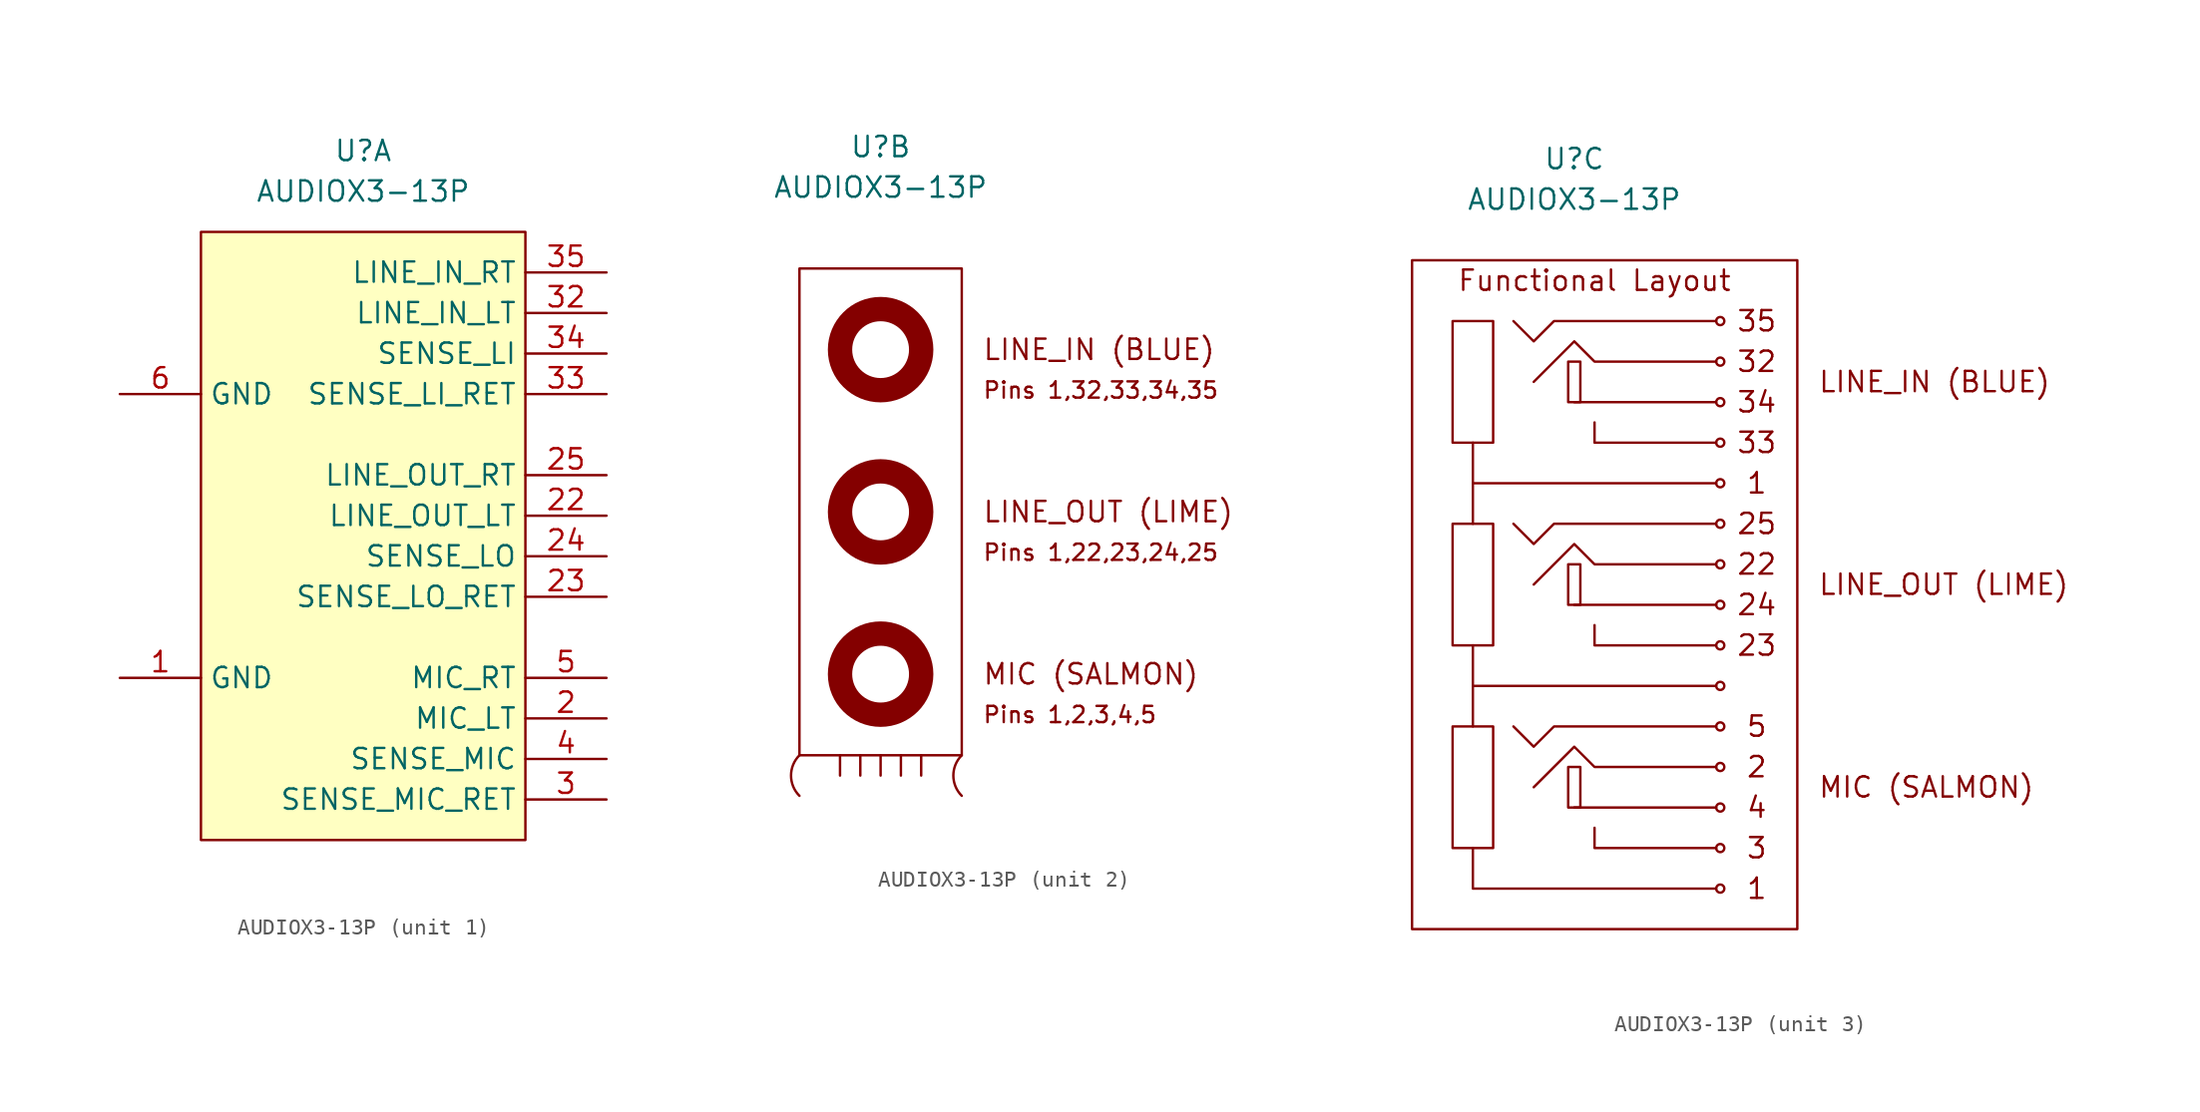
<source format=kicad_sym>
(kicad_symbol_lib
  (version 20211014)
  (generator kicad_symbol_editor)
  (symbol "AUDIOX3-13P"
    (property "Reference" "U"
      (at 0 20.32 0)
      (effects (font (size 1.27 1.27))))
    (property "Value" "AUDIOX3-13P"
      (at 0 17.78 0)
      (effects (font (size 1.27 1.27))))
    (property "ki_locked" ""
      (at 0 0 0)
      (effects (font (size 1.27 1.27))))
    (symbol "AUDIOX3-13P_1_1"
      (rectangle (start -10.16 15.24) (end 10.16 -22.86) (stroke (width 0.152) (type default) (color 0 0 0 0)) (fill (type background)))
      (pin power_in line (at -15.24 -12.7 0) (length 5.08) (name "GND" (effects (font (size 1.27 1.27)))) (number "1" (effects (font (size 1.27 1.27)))))
      (pin output line (at 15.24 -15.24 180) (length 5.08) (name "MIC_LT" (effects (font (size 1.27 1.27)))) (number "2" (effects (font (size 1.27 1.27)))))
      (pin input line (at 15.24 -2.54 180) (length 5.08) (name "LINE_OUT_LT" (effects (font (size 1.27 1.27)))) (number "22" (effects (font (size 1.27 1.27)))))
      (pin output line (at 15.24 -7.62 180) (length 5.08) (name "SENSE_LO_RET" (effects (font (size 1.27 1.27)))) (number "23" (effects (font (size 1.27 1.27)))))
      (pin input line (at 15.24 -5.08 180) (length 5.08) (name "SENSE_LO" (effects (font (size 1.27 1.27)))) (number "24" (effects (font (size 1.27 1.27)))))
      (pin input line (at 15.24 0 180) (length 5.08) (name "LINE_OUT_RT" (effects (font (size 1.27 1.27)))) (number "25" (effects (font (size 1.27 1.27)))))
      (pin output line (at 15.24 -20.32 180) (length 5.08) (name "SENSE_MIC_RET" (effects (font (size 1.27 1.27)))) (number "3" (effects (font (size 1.27 1.27)))))
      (pin bidirectional line (at 15.24 10.16 180) (length 5.08) (name "LINE_IN_LT" (effects (font (size 1.27 1.27)))) (number "32" (effects (font (size 1.27 1.27)))))
      (pin output line (at 15.24 5.08 180) (length 5.08) (name "SENSE_LI_RET" (effects (font (size 1.27 1.27)))) (number "33" (effects (font (size 1.27 1.27)))))
      (pin input line (at 15.24 7.62 180) (length 5.08) (name "SENSE_LI" (effects (font (size 1.27 1.27)))) (number "34" (effects (font (size 1.27 1.27)))))
      (pin bidirectional line (at 15.24 12.7 180) (length 5.08) (name "LINE_IN_RT" (effects (font (size 1.27 1.27)))) (number "35" (effects (font (size 1.27 1.27)))))
      (pin input line (at 15.24 -17.78 180) (length 5.08) (name "SENSE_MIC" (effects (font (size 1.27 1.27)))) (number "4" (effects (font (size 1.27 1.27)))))
      (pin output line (at 15.24 -12.7 180) (length 5.08) (name "MIC_RT" (effects (font (size 1.27 1.27)))) (number "5" (effects (font (size 1.27 1.27)))))
      (pin power_in line (at -15.24 5.08 0) (length 5.08) (name "GND" (effects (font (size 1.27 1.27)))) (number "6" (effects (font (size 1.27 1.27))))))
    (symbol "AUDIOX3-13P_2_0"
      (arc (start -5.08 -17.78) (mid -5.606 -19.05) (end -5.08 -20.32) (stroke (width 0.1524) (type default) (color 0 0 0 0)) (fill (type none)))
      (circle (center 0 -12.7) (radius 2.54) (stroke (width 1.524) (type default) (color 0 0 0 0)) (fill (type none)))
      (circle (center 0 -2.54) (radius 2.54) (stroke (width 1.524) (type default) (color 0 0 0 0)) (fill (type none)))
      (polyline (pts (xy -2.54 -17.78) (xy -2.54 -19.05)) (stroke (width 0.152) (type default) (color 0 0 0 0)) (fill (type none)))
      (polyline (pts (xy -1.27 -17.78) (xy -1.27 -19.05)) (stroke (width 0.152) (type default) (color 0 0 0 0)) (fill (type none)))
      (polyline (pts (xy 0 -17.78) (xy 0 -19.05)) (stroke (width 0.152) (type default) (color 0 0 0 0)) (fill (type none)))
      (polyline (pts (xy 1.27 -17.78) (xy 1.27 -19.05)) (stroke (width 0.152) (type default) (color 0 0 0 0)) (fill (type none)))
      (polyline (pts (xy 2.54 -17.78) (xy 2.54 -19.05)) (stroke (width 0.152) (type default) (color 0 0 0 0)) (fill (type none)))
      (circle (center 0 7.62) (radius 2.54) (stroke (width 1.524) (type default) (color 0 0 0 0)) (fill (type none)))
      (arc (start 5.08 -17.78) (mid 2.0138 -19.05) (end 5.08 -20.32) (stroke (width 0.1524) (type default) (color 0 0 0 0)) (fill (type none))))
    (symbol "AUDIOX3-13P_2_1"
      (rectangle (start -5.08 12.7) (end 5.08 -17.78) (stroke (width 0.152) (type default) (color 0 0 0 0)) (fill (type none)))
      (text "LINE_IN (BLUE)" (at 6.35 7.62 0) (effects (font (size 1.27 1.27)) (justify left)))
      (text "LINE_OUT (LIME)" (at 6.35 -2.54 0) (effects (font (size 1.27 1.27)) (justify left)))
      (text "MIC (SALMON)" (at 6.35 -12.7 0) (effects (font (size 1.27 1.27)) (justify left)))
      (text "Pins 1,2,3,4,5" (at 6.35 -15.24 0) (effects (font (size 1.016 1.016)) (justify left)))
      (text "Pins 1,22,23,24,25" (at 6.35 -5.08 0) (effects (font (size 1.016 1.016)) (justify left)))
      (text "Pins 1,32,33,34,35" (at 6.35 5.08 0) (effects (font (size 1.016 1.016)) (justify left))))
    (symbol "AUDIOX3-13P_3_0"
      (rectangle (start -7.62 -15.24) (end -5.08 -22.86) (stroke (width 0.152) (type default) (color 0 0 0 0)) (fill (type none)))
      (rectangle (start -7.62 -2.54) (end -5.08 -10.16) (stroke (width 0.152) (type default) (color 0 0 0 0)) (fill (type none)))
      (rectangle (start -7.62 10.16) (end -5.08 2.54) (stroke (width 0.152) (type default) (color 0 0 0 0)) (fill (type none)))
      (polyline (pts (xy -6.35 -12.7) (xy -6.35 -15.24)) (stroke (width 0.152) (type default) (color 0 0 0 0)) (fill (type none)))
      (polyline (pts (xy -6.35 0) (xy -6.35 -2.54)) (stroke (width 0.152) (type default) (color 0 0 0 0)) (fill (type none)))
      (polyline (pts (xy 0 -20.32) (xy 8.89 -20.32)) (stroke (width 0.152) (type default) (color 0 0 0 0)) (fill (type none)))
      (polyline (pts (xy 0 -7.62) (xy 8.89 -7.62)) (stroke (width 0.152) (type default) (color 0 0 0 0)) (fill (type none)))
      (polyline (pts (xy 0 5.08) (xy 8.89 5.08)) (stroke (width 0.152) (type default) (color 0 0 0 0)) (fill (type none)))
      (polyline (pts (xy -6.35 -22.86) (xy -6.35 -25.4) (xy 8.89 -25.4)) (stroke (width 0.152) (type default) (color 0 0 0 0)) (fill (type none)))
      (polyline (pts (xy -6.35 -10.16) (xy -6.35 -12.7) (xy 8.89 -12.7)) (stroke (width 0.152) (type default) (color 0 0 0 0)) (fill (type none)))
      (polyline (pts (xy -6.35 2.54) (xy -6.35 0) (xy 8.89 0)) (stroke (width 0.152) (type default) (color 0 0 0 0)) (fill (type none)))
      (polyline (pts (xy 1.27 -21.59) (xy 1.27 -22.86) (xy 8.89 -22.86)) (stroke (width 0.152) (type default) (color 0 0 0 0)) (fill (type none)))
      (polyline (pts (xy 1.27 -8.89) (xy 1.27 -10.16) (xy 8.89 -10.16)) (stroke (width 0.152) (type default) (color 0 0 0 0)) (fill (type none)))
      (polyline (pts (xy 1.27 3.81) (xy 1.27 2.54) (xy 8.89 2.54)) (stroke (width 0.152) (type default) (color 0 0 0 0)) (fill (type none)))
      (polyline (pts (xy -2.54 -19.05) (xy 0 -16.51) (xy 1.27 -17.78) (xy 8.89 -17.78)) (stroke (width 0.152) (type default) (color 0 0 0 0)) (fill (type none)))
      (polyline (pts (xy -2.54 -6.35) (xy 0 -3.81) (xy 1.27 -5.08) (xy 8.89 -5.08)) (stroke (width 0.152) (type default) (color 0 0 0 0)) (fill (type none)))
      (polyline (pts (xy -2.54 6.35) (xy 0 8.89) (xy 1.27 7.62) (xy 8.89 7.62)) (stroke (width 0.152) (type default) (color 0 0 0 0)) (fill (type none)))
      (polyline (pts (xy 8.89 -15.24) (xy -1.27 -15.24) (xy -2.54 -16.51) (xy -3.81 -15.24)) (stroke (width 0.152) (type default) (color 0 0 0 0)) (fill (type none)))
      (polyline (pts (xy 8.89 -2.54) (xy -1.27 -2.54) (xy -2.54 -3.81) (xy -3.81 -2.54)) (stroke (width 0.152) (type default) (color 0 0 0 0)) (fill (type none)))
      (polyline (pts (xy 8.89 10.16) (xy -1.27 10.16) (xy -2.54 8.89) (xy -3.81 10.16)) (stroke (width 0.152) (type default) (color 0 0 0 0)) (fill (type none)))
      (rectangle (start 0.381 -20.32) (end -0.381 -17.78) (stroke (width 0.152) (type default) (color 0 0 0 0)) (fill (type none)))
      (rectangle (start 0.381 -7.62) (end -0.381 -5.08) (stroke (width 0.152) (type default) (color 0 0 0 0)) (fill (type none)))
      (rectangle (start 0.381 5.08) (end -0.381 7.62) (stroke (width 0.152) (type default) (color 0 0 0 0)) (fill (type none)))
      (circle (center 9.144 -25.4) (radius 0.254) (stroke (width 0.152) (type default) (color 0 0 0 0)) (fill (type none)))
      (circle (center 9.144 -22.86) (radius 0.254) (stroke (width 0.152) (type default) (color 0 0 0 0)) (fill (type none)))
      (circle (center 9.144 -20.32) (radius 0.254) (stroke (width 0.152) (type default) (color 0 0 0 0)) (fill (type none)))
      (circle (center 9.144 -17.78) (radius 0.254) (stroke (width 0.152) (type default) (color 0 0 0 0)) (fill (type none)))
      (circle (center 9.144 -15.24) (radius 0.254) (stroke (width 0.152) (type default) (color 0 0 0 0)) (fill (type none)))
      (circle (center 9.144 -12.7) (radius 0.254) (stroke (width 0.152) (type default) (color 0 0 0 0)) (fill (type none)))
      (circle (center 9.144 -10.16) (radius 0.254) (stroke (width 0.152) (type default) (color 0 0 0 0)) (fill (type none)))
      (circle (center 9.144 -7.62) (radius 0.254) (stroke (width 0.152) (type default) (color 0 0 0 0)) (fill (type none)))
      (circle (center 9.144 -5.08) (radius 0.254) (stroke (width 0.152) (type default) (color 0 0 0 0)) (fill (type none)))
      (circle (center 9.144 -2.54) (radius 0.254) (stroke (width 0.152) (type default) (color 0 0 0 0)) (fill (type none)))
      (circle (center 9.144 0) (radius 0.254) (stroke (width 0.152) (type default) (color 0 0 0 0)) (fill (type none)))
      (circle (center 9.144 2.54) (radius 0.254) (stroke (width 0.152) (type default) (color 0 0 0 0)) (fill (type none)))
      (circle (center 9.144 5.08) (radius 0.254) (stroke (width 0.152) (type default) (color 0 0 0 0)) (fill (type none)))
      (circle (center 9.144 7.62) (radius 0.254) (stroke (width 0.152) (type default) (color 0 0 0 0)) (fill (type none)))
      (circle (center 9.144 10.16) (radius 0.254) (stroke (width 0.152) (type default) (color 0 0 0 0)) (fill (type none))))
    (symbol "AUDIOX3-13P_3_1"
      (rectangle (start -10.16 13.97) (end 13.97 -27.94) (stroke (width 0.152) (type default) (color 0 0 0 0)) (fill (type none)))
      (text "1" (at 11.43 -25.4 0) (effects (font (size 1.27 1.27))))
      (text "1" (at 11.43 0 0) (effects (font (size 1.27 1.27))))
      (text "2" (at 11.43 -17.78 0) (effects (font (size 1.27 1.27))))
      (text "22" (at 11.43 -5.08 0) (effects (font (size 1.27 1.27))))
      (text "23" (at 11.43 -10.16 0) (effects (font (size 1.27 1.27))))
      (text "24" (at 11.43 -7.62 0) (effects (font (size 1.27 1.27))))
      (text "25" (at 11.43 -2.54 0) (effects (font (size 1.27 1.27))))
      (text "3" (at 11.43 -22.86 0) (effects (font (size 1.27 1.27))))
      (text "32" (at 11.43 7.62 0) (effects (font (size 1.27 1.27))))
      (text "33" (at 11.43 2.54 0) (effects (font (size 1.27 1.27))))
      (text "34" (at 11.43 5.08 0) (effects (font (size 1.27 1.27))))
      (text "35" (at 11.43 10.16 0) (effects (font (size 1.27 1.27))))
      (text "4" (at 11.43 -20.32 0) (effects (font (size 1.27 1.27))))
      (text "5" (at 11.43 -15.24 0) (effects (font (size 1.27 1.27))))
      (text "Functional Layout" (at 1.27 12.7 0) (effects (font (size 1.27 1.27))))
      (text "LINE_IN (BLUE)" (at 15.24 6.35 0) (effects (font (size 1.27 1.27)) (justify left)))
      (text "LINE_OUT (LIME)" (at 15.24 -6.35 0) (effects (font (size 1.27 1.27)) (justify left)))
      (text "MIC (SALMON)" (at 15.24 -19.05 0) (effects (font (size 1.27 1.27)) (justify left))))))
</source>
